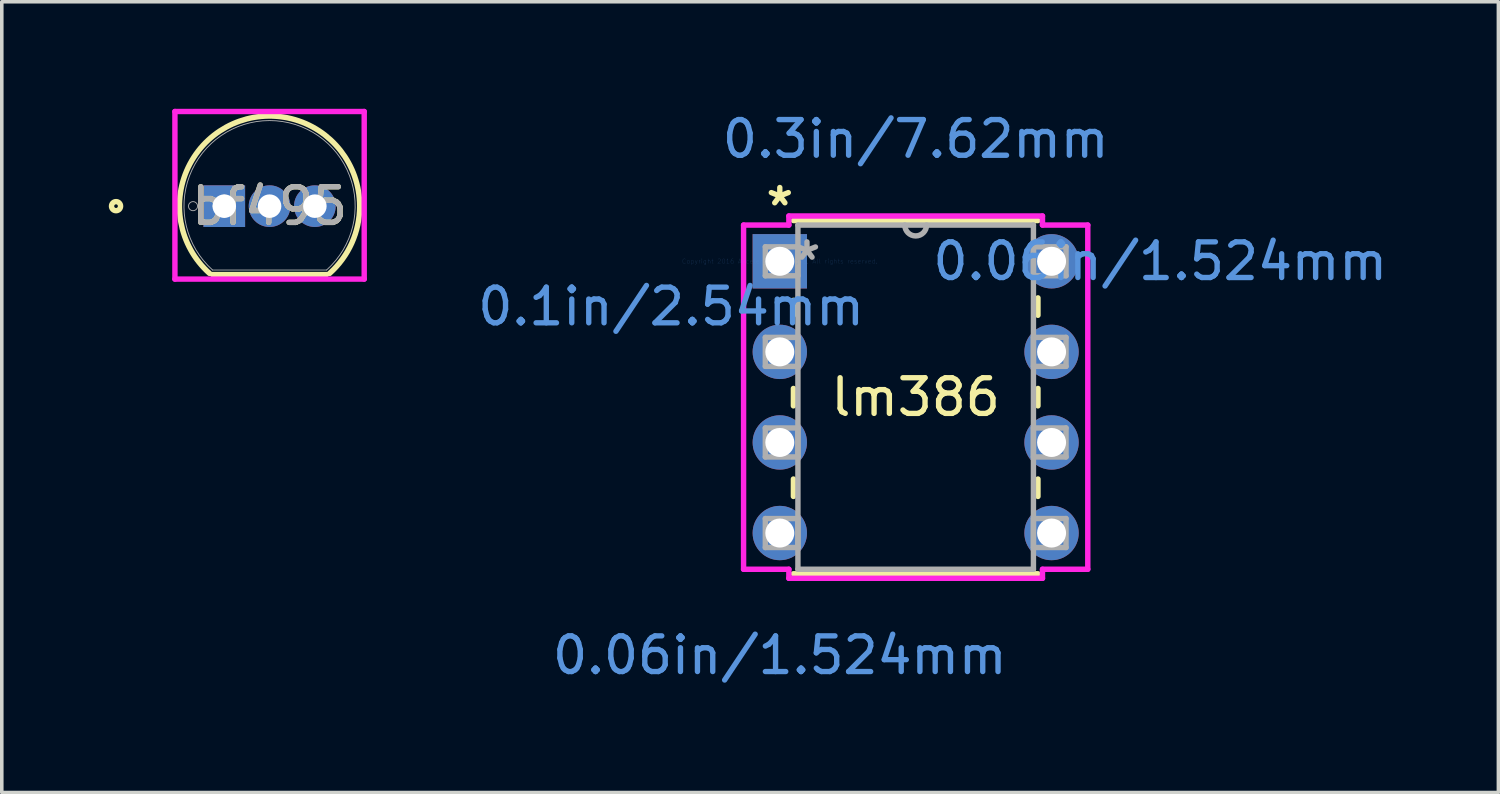
<source format=kicad_pcb>
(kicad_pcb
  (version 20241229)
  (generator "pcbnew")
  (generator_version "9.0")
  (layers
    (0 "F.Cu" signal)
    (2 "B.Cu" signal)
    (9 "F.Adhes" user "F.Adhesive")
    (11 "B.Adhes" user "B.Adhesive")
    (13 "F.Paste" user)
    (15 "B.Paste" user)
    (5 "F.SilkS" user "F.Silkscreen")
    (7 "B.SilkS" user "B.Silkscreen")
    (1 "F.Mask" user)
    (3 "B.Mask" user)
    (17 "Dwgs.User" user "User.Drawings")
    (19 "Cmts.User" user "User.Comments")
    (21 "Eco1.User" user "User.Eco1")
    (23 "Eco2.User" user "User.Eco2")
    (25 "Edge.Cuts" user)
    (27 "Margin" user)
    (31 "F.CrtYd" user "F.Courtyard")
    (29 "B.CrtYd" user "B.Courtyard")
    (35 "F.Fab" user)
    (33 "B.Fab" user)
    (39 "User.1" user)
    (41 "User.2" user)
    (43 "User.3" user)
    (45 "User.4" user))
  (footprint "lm386"
    (layer "F.Cu")
    (at 18.817 4.277)
    (property "Reference" "lm386" (at 3.81 3.81 0) (layer "F.SilkS") (effects (font (size 1 1) (thickness 0.15))))
    (attr through_hole)
    (fp_line (start 0.381 1.095) (end 0.381 1.514) (stroke (width 0.152) (type solid)) (layer "F.SilkS"))
    (fp_line (start 0.381 3.566) (end 0.381 4.054) (stroke (width 0.152) (type solid)) (layer "F.SilkS"))
    (fp_line (start 0.381 6.106) (end 0.381 6.594) (stroke (width 0.152) (type solid)) (layer "F.SilkS"))
    (fp_line (start 0.381 8.763) (end 7.239 8.763) (stroke (width 0.152) (type solid)) (layer "F.SilkS"))
    (fp_line (start 7.239 -1.143) (end 0.381 -1.143) (stroke (width 0.152) (type solid)) (layer "F.SilkS"))
    (fp_line (start 7.239 1.514) (end 7.239 1.026) (stroke (width 0.152) (type solid)) (layer "F.SilkS"))
    (fp_line (start 7.239 4.054) (end 7.239 3.566) (stroke (width 0.152) (type solid)) (layer "F.SilkS"))
    (fp_line (start 7.239 6.594) (end 7.239 6.106) (stroke (width 0.152) (type solid)) (layer "F.SilkS"))
    (fp_line (start -1.016 -1.016) (end 0.254 -1.016) (stroke (width 0.152) (type solid)) (layer "F.CrtYd"))
    (fp_line (start -1.016 8.636) (end -1.016 -1.016) (stroke (width 0.152) (type solid)) (layer "F.CrtYd"))
    (fp_line (start 0.254 -1.27) (end 7.366 -1.27) (stroke (width 0.152) (type solid)) (layer "F.CrtYd"))
    (fp_line (start 0.254 -1.016) (end 0.254 -1.27) (stroke (width 0.152) (type solid)) (layer "F.CrtYd"))
    (fp_line (start 0.254 8.636) (end -1.016 8.636) (stroke (width 0.152) (type solid)) (layer "F.CrtYd"))
    (fp_line (start 0.254 8.89) (end 0.254 8.636) (stroke (width 0.152) (type solid)) (layer "F.CrtYd"))
    (fp_line (start 7.366 -1.27) (end 7.366 -1.016) (stroke (width 0.152) (type solid)) (layer "F.CrtYd"))
    (fp_line (start 7.366 8.636) (end 7.366 8.89) (stroke (width 0.152) (type solid)) (layer "F.CrtYd"))
    (fp_line (start 7.366 8.89) (end 0.254 8.89) (stroke (width 0.152) (type solid)) (layer "F.CrtYd"))
    (fp_line (start 8.636 -1.016) (end 7.366 -1.016) (stroke (width 0.152) (type solid)) (layer "F.CrtYd"))
    (fp_line (start 8.636 -1.016) (end 8.636 8.636) (stroke (width 0.152) (type solid)) (layer "F.CrtYd"))
    (fp_line (start 8.636 8.636) (end 7.366 8.636) (stroke (width 0.152) (type solid)) (layer "F.CrtYd"))
    (fp_line (start -0.406 -0.406) (end -0.406 0.406) (stroke (width 0.152) (type solid)) (layer "F.Fab"))
    (fp_line (start -0.406 0.406) (end 0.508 0.406) (stroke (width 0.152) (type solid)) (layer "F.Fab"))
    (fp_line (start -0.406 2.134) (end -0.406 2.946) (stroke (width 0.152) (type solid)) (layer "F.Fab"))
    (fp_line (start -0.406 2.946) (end 0.508 2.946) (stroke (width 0.152) (type solid)) (layer "F.Fab"))
    (fp_line (start -0.406 4.674) (end -0.406 5.486) (stroke (width 0.152) (type solid)) (layer "F.Fab"))
    (fp_line (start -0.406 5.486) (end 0.508 5.486) (stroke (width 0.152) (type solid)) (layer "F.Fab"))
    (fp_line (start -0.406 7.214) (end -0.406 8.026) (stroke (width 0.152) (type solid)) (layer "F.Fab"))
    (fp_line (start -0.406 8.026) (end 0.508 8.026) (stroke (width 0.152) (type solid)) (layer "F.Fab"))
    (fp_line (start 0.508 -1.016) (end 0.508 8.636) (stroke (width 0.152) (type solid)) (layer "F.Fab"))
    (fp_line (start 0.508 -0.406) (end -0.406 -0.406) (stroke (width 0.152) (type solid)) (layer "F.Fab"))
    (fp_line (start 0.508 0.406) (end 0.508 -0.406) (stroke (width 0.152) (type solid)) (layer "F.Fab"))
    (fp_line (start 0.508 2.134) (end -0.406 2.134) (stroke (width 0.152) (type solid)) (layer "F.Fab"))
    (fp_line (start 0.508 2.946) (end 0.508 2.134) (stroke (width 0.152) (type solid)) (layer "F.Fab"))
    (fp_line (start 0.508 4.674) (end -0.406 4.674) (stroke (width 0.152) (type solid)) (layer "F.Fab"))
    (fp_line (start 0.508 5.486) (end 0.508 4.674) (stroke (width 0.152) (type solid)) (layer "F.Fab"))
    (fp_line (start 0.508 7.214) (end -0.406 7.214) (stroke (width 0.152) (type solid)) (layer "F.Fab"))
    (fp_line (start 0.508 8.026) (end 0.508 7.214) (stroke (width 0.152) (type solid)) (layer "F.Fab"))
    (fp_line (start 0.508 8.636) (end 7.112 8.636) (stroke (width 0.152) (type solid)) (layer "F.Fab"))
    (fp_line (start 7.112 -1.016) (end 0.508 -1.016) (stroke (width 0.152) (type solid)) (layer "F.Fab"))
    (fp_line (start 7.112 -0.406) (end 7.112 0.406) (stroke (width 0.152) (type solid)) (layer "F.Fab"))
    (fp_line (start 7.112 0.406) (end 8.026 0.406) (stroke (width 0.152) (type solid)) (layer "F.Fab"))
    (fp_line (start 7.112 2.134) (end 7.112 2.946) (stroke (width 0.152) (type solid)) (layer "F.Fab"))
    (fp_line (start 7.112 2.946) (end 8.026 2.946) (stroke (width 0.152) (type solid)) (layer "F.Fab"))
    (fp_line (start 7.112 4.674) (end 7.112 5.486) (stroke (width 0.152) (type solid)) (layer "F.Fab"))
    (fp_line (start 7.112 5.486) (end 8.026 5.486) (stroke (width 0.152) (type solid)) (layer "F.Fab"))
    (fp_line (start 7.112 7.214) (end 7.112 8.026) (stroke (width 0.152) (type solid)) (layer "F.Fab"))
    (fp_line (start 7.112 8.026) (end 8.026 8.026) (stroke (width 0.152) (type solid)) (layer "F.Fab"))
    (fp_line (start 7.112 8.636) (end 7.112 -1.016) (stroke (width 0.152) (type solid)) (layer "F.Fab"))
    (fp_line (start 8.026 -0.406) (end 7.112 -0.406) (stroke (width 0.152) (type solid)) (layer "F.Fab"))
    (fp_line (start 8.026 0.406) (end 8.026 -0.406) (stroke (width 0.152) (type solid)) (layer "F.Fab"))
    (fp_line (start 8.026 2.134) (end 7.112 2.134) (stroke (width 0.152) (type solid)) (layer "F.Fab"))
    (fp_line (start 8.026 2.946) (end 8.026 2.134) (stroke (width 0.152) (type solid)) (layer "F.Fab"))
    (fp_line (start 8.026 4.674) (end 7.112 4.674) (stroke (width 0.152) (type solid)) (layer "F.Fab"))
    (fp_line (start 8.026 5.486) (end 8.026 4.674) (stroke (width 0.152) (type solid)) (layer "F.Fab"))
    (fp_line (start 8.026 7.214) (end 7.112 7.214) (stroke (width 0.152) (type solid)) (layer "F.Fab"))
    (fp_line (start 8.026 8.026) (end 8.026 7.214) (stroke (width 0.152) (type solid)) (layer "F.Fab"))
    (fp_arc (start 4.1148 -1.016) (mid 3.81 -0.7112) (end 3.5052 -1.016) (stroke (width 0.1524) (type solid)) (layer "F.Fab"))
    (fp_text user "*" (at 0 -1.524 0) (layer "F.SilkS") (effects (font (size 1 1) (thickness 0.15))))
    (fp_text user "0.3in/7.62mm" (at 3.81 -3.429 0) (layer "Cmts.User") (effects (font (size 1 1) (thickness 0.15))))
    (fp_text user "0.1in/2.54mm" (at -3.048 1.27 0) (layer "Cmts.User") (effects (font (size 1 1) (thickness 0.15))))
    (fp_text user "0.06in/1.524mm" (at 10.668 0 0) (layer "Cmts.User") (effects (font (size 1 1) (thickness 0.15))))
    (fp_text user "Copyright 2016 Accelerated Designs. All rights reserved." (at 0 0 0) (layer "Cmts.User") (effects (font (size 0.127 0.127) (thickness 0.002))))
    (fp_text user "0.06in/1.524mm" (at 0 11.049 0) (layer "Cmts.User") (effects (font (size 1 1) (thickness 0.15))))
    (fp_text user "*" (at 0.762 0 0) (layer "F.Fab") (effects (font (size 1 1) (thickness 0.15))))
    (pad "1" thru_hole rect (at 0 0) (size 1.524 1.524) (drill 0.813) (layers "*.Cu" "*.Mask"))
    (pad "2" thru_hole circle (at 0 2.54) (size 1.524 1.524) (drill 0.813) (layers "*.Cu" "*.Mask"))
    (pad "3" thru_hole circle (at 0 5.08) (size 1.524 1.524) (drill 0.813) (layers "*.Cu" "*.Mask"))
    (pad "4" thru_hole circle (at 0 7.62) (size 1.524 1.524) (drill 0.813) (layers "*.Cu" "*.Mask"))
    (pad "5" thru_hole circle (at 7.62 7.62) (size 1.524 1.524) (drill 0.813) (layers "*.Cu" "*.Mask"))
    (pad "6" thru_hole circle (at 7.62 5.08) (size 1.524 1.524) (drill 0.813) (layers "*.Cu" "*.Mask"))
    (pad "7" thru_hole circle (at 7.62 2.54) (size 1.524 1.524) (drill 0.813) (layers "*.Cu" "*.Mask"))
    (pad "8" thru_hole circle (at 7.62 0) (size 1.524 1.524) (drill 0.813) (layers "*.Cu" "*.Mask")))
  (footprint "bf495"
    (layer "F.Cu")
    (at 3.239 2.731)
    (property "Reference" "bf495" (at 1.27 0 0) (unlocked yes) (layer "F.SilkS") (effects (font (size 1 1) (thickness 0.15))))
    (attr through_hole)
    (fp_line (start -0.328 1.918) (end 2.868 1.918) (stroke (width 0.152) (type solid)) (layer "F.SilkS"))
    (fp_arc (start -0.412955 1.885446) (mid 0.237064 -2.306575) (end 3.7973 0) (stroke (width 0.1524) (type solid)) (layer "F.SilkS"))
    (fp_arc (start 3.7973 0) (mid 3.576575 1.032936) (end 2.952955 1.885446) (stroke (width 0.1524) (type solid)) (layer "F.SilkS"))
    (fp_circle (center -3.035 0) (end -2.908 0) (stroke (width 0.152) (type solid)) (fill no) (layer "F.SilkS"))
    (fp_line (start -1.384 -2.654) (end 3.924 -2.654) (stroke (width 0.152) (type solid)) (layer "F.CrtYd"))
    (fp_line (start -1.384 2.045) (end -1.384 -2.654) (stroke (width 0.152) (type solid)) (layer "F.CrtYd"))
    (fp_line (start 3.924 -2.654) (end 3.924 2.045) (stroke (width 0.152) (type solid)) (layer "F.CrtYd"))
    (fp_line (start 3.924 2.045) (end -1.384 2.045) (stroke (width 0.152) (type solid)) (layer "F.CrtYd"))
    (fp_line (start -0.328 1.791) (end 2.868 1.791) (stroke (width 0.025) (type solid)) (layer "F.Fab"))
    (fp_line (start -0.254 0) (end 0.254 0) (stroke (width 0.152) (type solid)) (layer "F.Fab"))
    (fp_line (start 0 0.254) (end 0 -0.254) (stroke (width 0.152) (type solid)) (layer "F.Fab"))
    (fp_arc (start -0.328384 1.7907) (mid 1.27 -2.4003) (end 2.868385 1.7907) (stroke (width 0.0254) (type solid)) (layer "F.Fab"))
    (fp_circle (center -0.876 0) (end -0.749 0) (stroke (width 0.025) (type solid)) (fill no) (layer "F.Fab"))
    (fp_text user "${REFERENCE}" (at 1.27 0 0) (unlocked yes) (layer "F.Fab") (effects (font (size 1 1) (thickness 0.15))))
    (pad "1" thru_hole rect (at 0 0) (size 1.168 1.168) (drill 0.66) (layers "*.Cu" "*.Mask"))
    (pad "2" thru_hole circle (at 1.27 0) (size 1.168 1.168) (drill 0.66) (layers "*.Cu" "*.Mask"))
    (pad "3" thru_hole circle (at 2.54 0) (size 1.168 1.168) (drill 0.66) (layers "*.Cu" "*.Mask")))
  (gr_rect
    (start -3 -3)
    (end 38.967 19.174)
    (stroke (width 0.1) (type default))
    (fill no)
    (layer "Edge.Cuts")))
</source>
